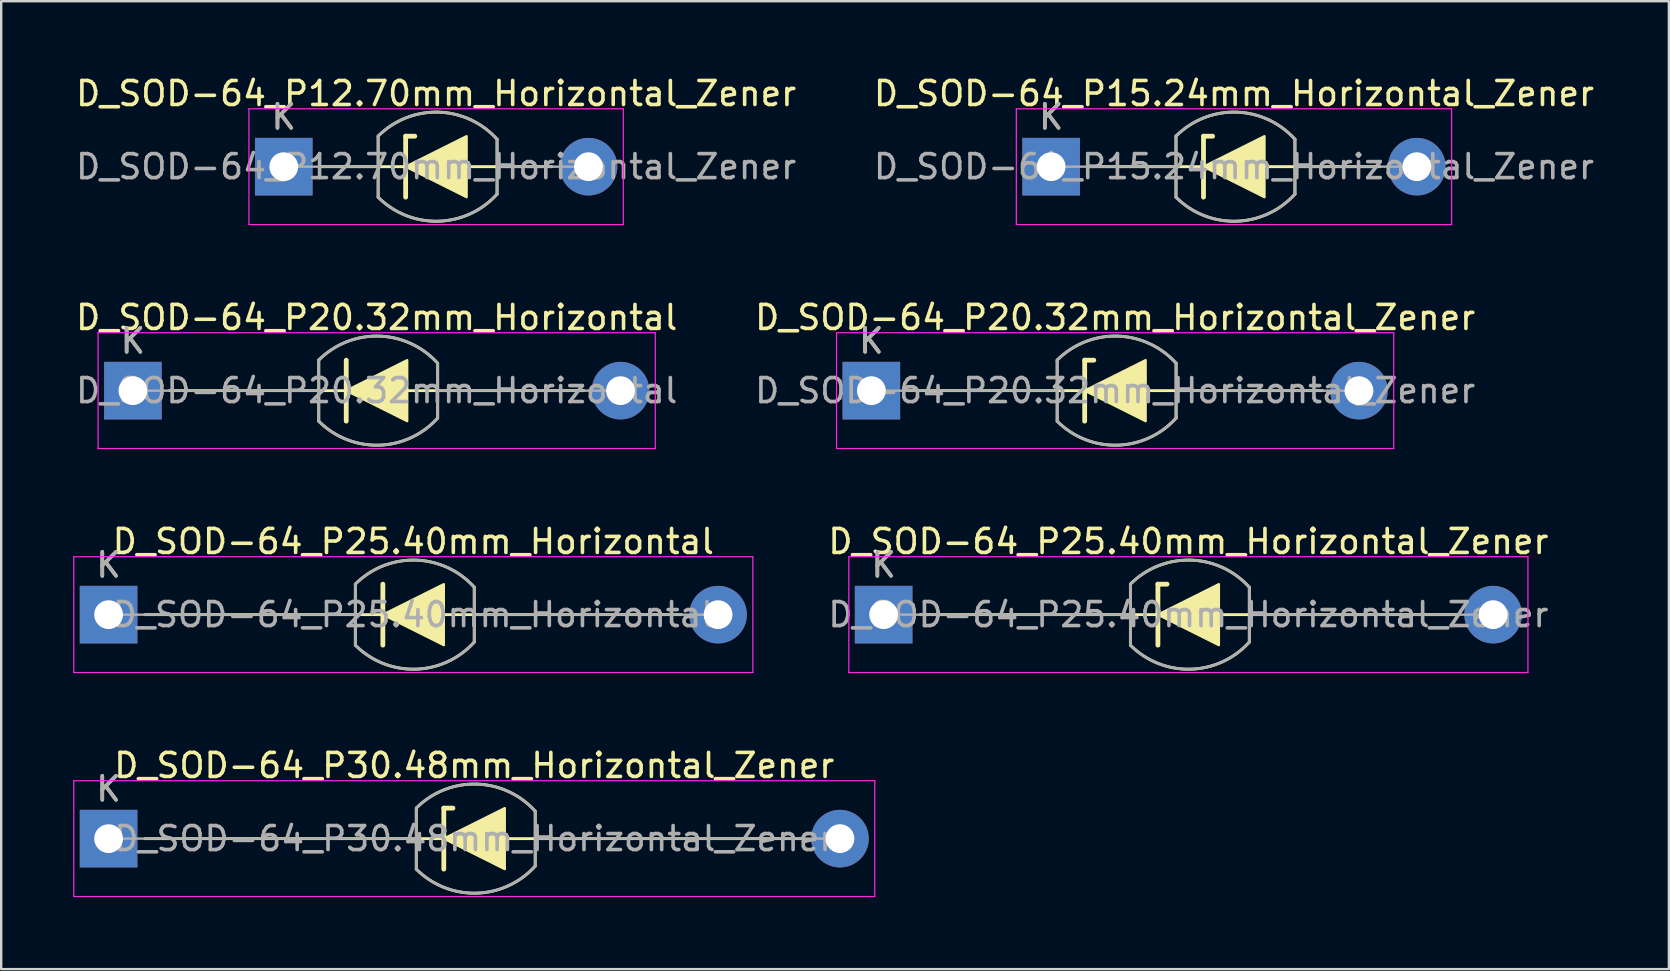
<source format=kicad_pcb>
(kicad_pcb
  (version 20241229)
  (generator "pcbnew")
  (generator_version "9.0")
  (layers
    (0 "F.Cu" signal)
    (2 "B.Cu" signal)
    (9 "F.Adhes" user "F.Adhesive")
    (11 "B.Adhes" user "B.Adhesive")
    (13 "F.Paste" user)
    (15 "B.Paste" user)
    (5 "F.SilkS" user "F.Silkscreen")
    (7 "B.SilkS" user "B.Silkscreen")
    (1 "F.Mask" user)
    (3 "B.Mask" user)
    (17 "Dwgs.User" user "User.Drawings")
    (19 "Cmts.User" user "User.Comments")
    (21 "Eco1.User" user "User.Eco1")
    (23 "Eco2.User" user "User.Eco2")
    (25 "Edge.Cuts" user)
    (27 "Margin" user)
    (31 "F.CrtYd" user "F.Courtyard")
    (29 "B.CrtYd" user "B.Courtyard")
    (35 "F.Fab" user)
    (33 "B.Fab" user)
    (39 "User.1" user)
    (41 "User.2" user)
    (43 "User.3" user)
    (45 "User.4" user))
  (footprint "D_SOD-64_P25.40mm_Horizontal_Zener"
    (layer "F.Cu")
    (at 33.775 22.565)
    (property "Reference" "D_SOD-64_P25.40mm_Horizontal_Zener" (at 12.7 -3.048 0) (layer "F.SilkS") (effects (font (size 1 1) (thickness 0.15))))
    (attr through_hole)
    (fp_line (start 1.524 0) (end 23.876 0) (stroke (width 0.12) (type solid)) (layer "F.SilkS"))
    (fp_line (start 10.284 1.27) (end 10.284 -1.273) (stroke (width 0.12) (type solid)) (layer "F.SilkS"))
    (fp_line (start 11.43 -1.27) (end 11.811 -1.27) (stroke (width 0.2) (type solid)) (layer "F.SilkS"))
    (fp_line (start 11.43 1.27) (end 11.43 -1.27) (stroke (width 0.2) (type solid)) (layer "F.SilkS"))
    (fp_line (start 15.24 -1.143) (end 15.24 1.143) (stroke (width 0.12) (type solid)) (layer "F.SilkS"))
    (fp_arc (start 10.28366 -1.27334) (mid 12.789833 -2.273039) (end 15.239998 -1.143) (stroke (width 0.12) (type solid)) (layer "F.SilkS"))
    (fp_arc (start 15.24 1.143) (mid 12.790216 2.273029) (end 10.284202 1.273879) (stroke (width 0.12) (type solid)) (layer "F.SilkS"))
    (fp_poly (pts (xy 13.97 1.27) (xy 11.43 0) (xy 13.97 -1.27)) (stroke (width 0.1) (type solid)) (fill yes) (layer "F.SilkS"))
    (fp_line (start -1.45 -2.413) (end -1.45 2.413) (stroke (width 0.05) (type solid)) (layer "F.CrtYd"))
    (fp_line (start -1.45 2.413) (end 26.85 2.413) (stroke (width 0.05) (type solid)) (layer "F.CrtYd"))
    (fp_line (start 26.85 -2.413) (end -1.45 -2.413) (stroke (width 0.05) (type solid)) (layer "F.CrtYd"))
    (fp_line (start 26.85 2.413) (end 26.85 -2.413) (stroke (width 0.05) (type solid)) (layer "F.CrtYd"))
    (fp_line (start 0 0) (end 10.284 0.000269) (stroke (width 0.1) (type solid)) (layer "F.Fab"))
    (fp_line (start 10.284 1.274) (end 10.284 -1.273) (stroke (width 0.12) (type solid)) (layer "F.Fab"))
    (fp_line (start 15.24 -1.143) (end 15.24 1.143) (stroke (width 0.12) (type solid)) (layer "F.Fab"))
    (fp_line (start 25.4 0) (end 15.24 0) (stroke (width 0.1) (type solid)) (layer "F.Fab"))
    (fp_arc (start 10.2842 -1.273879) (mid 12.790214 -2.273029) (end 15.239998 -1.143) (stroke (width 0.12) (type solid)) (layer "F.Fab"))
    (fp_arc (start 15.24 1.143) (mid 12.790216 2.273029) (end 10.284202 1.273879) (stroke (width 0.12) (type solid)) (layer "F.Fab"))
    (fp_text user "K" (at 0 -2.073 0) (layer "F.SilkS") (effects (font (size 1 1) (thickness 0.15))))
    (fp_text user "K" (at 0 -2.073 0) (layer "F.Fab") (effects (font (size 1 1) (thickness 0.15))))
    (fp_text user "${REFERENCE}" (at 12.7 0 0) (layer "F.Fab") (effects (font (size 1 1) (thickness 0.15))))
    (pad "1" thru_hole rect (at 0 0) (size 2.4 2.4) (drill 1.2) (layers "*.Cu" "*.Mask"))
    (pad "2" thru_hole oval (at 25.4 0) (size 2.4 2.4) (drill 1.2) (layers "*.Cu" "*.Mask")))
  (footprint "D_SOD-64_P12.70mm_Horizontal_Zener"
    (layer "F.Cu")
    (at 8.775 3.896)
    (property "Reference" "D_SOD-64_P12.70mm_Horizontal_Zener" (at 6.35 -3.048 0) (layer "F.SilkS") (effects (font (size 1 1) (thickness 0.15))))
    (attr through_hole)
    (fp_line (start 1.524 0) (end 11.176 0) (stroke (width 0.12) (type solid)) (layer "F.SilkS"))
    (fp_line (start 3.934 1.27) (end 3.934 -1.273) (stroke (width 0.12) (type solid)) (layer "F.SilkS"))
    (fp_line (start 5.08 -1.27) (end 5.461 -1.27) (stroke (width 0.2) (type solid)) (layer "F.SilkS"))
    (fp_line (start 5.08 1.27) (end 5.08 -1.27) (stroke (width 0.2) (type solid)) (layer "F.SilkS"))
    (fp_line (start 8.89 -1.143) (end 8.89 1.143) (stroke (width 0.12) (type solid)) (layer "F.SilkS"))
    (fp_arc (start 3.93366 -1.27334) (mid 6.439833 -2.273039) (end 8.889998 -1.143) (stroke (width 0.12) (type solid)) (layer "F.SilkS"))
    (fp_arc (start 8.89 1.143) (mid 6.440216 2.273029) (end 3.934202 1.273879) (stroke (width 0.12) (type solid)) (layer "F.SilkS"))
    (fp_poly (pts (xy 7.62 1.27) (xy 5.08 0) (xy 7.62 -1.27)) (stroke (width 0.1) (type solid)) (fill yes) (layer "F.SilkS"))
    (fp_line (start -1.45 -2.413) (end -1.45 2.413) (stroke (width 0.05) (type solid)) (layer "F.CrtYd"))
    (fp_line (start -1.45 2.413) (end 14.15 2.413) (stroke (width 0.05) (type solid)) (layer "F.CrtYd"))
    (fp_line (start 14.15 -2.413) (end -1.45 -2.413) (stroke (width 0.05) (type solid)) (layer "F.CrtYd"))
    (fp_line (start 14.15 2.413) (end 14.15 -2.413) (stroke (width 0.05) (type solid)) (layer "F.CrtYd"))
    (fp_line (start 0 0) (end 3.934 0.000269) (stroke (width 0.1) (type solid)) (layer "F.Fab"))
    (fp_line (start 3.934 1.274) (end 3.934 -1.273) (stroke (width 0.12) (type solid)) (layer "F.Fab"))
    (fp_line (start 8.89 -1.143) (end 8.89 1.143) (stroke (width 0.12) (type solid)) (layer "F.Fab"))
    (fp_line (start 12.7 0) (end 8.89 0) (stroke (width 0.1) (type solid)) (layer "F.Fab"))
    (fp_arc (start 3.9342 -1.273879) (mid 6.440214 -2.273029) (end 8.889998 -1.143) (stroke (width 0.12) (type solid)) (layer "F.Fab"))
    (fp_arc (start 8.89 1.143) (mid 6.440216 2.273029) (end 3.934202 1.273879) (stroke (width 0.12) (type solid)) (layer "F.Fab"))
    (fp_text user "K" (at 0 -2.073 0) (layer "F.SilkS") (effects (font (size 1 1) (thickness 0.15))))
    (fp_text user "${REFERENCE}" (at 6.35 0 0) (layer "F.Fab") (effects (font (size 1 1) (thickness 0.15))))
    (fp_text user "K" (at 0 -2.073 0) (layer "F.Fab") (effects (font (size 1 1) (thickness 0.15))))
    (pad "1" thru_hole rect (at 0 0) (size 2.4 2.4) (drill 1.2) (layers "*.Cu" "*.Mask"))
    (pad "2" thru_hole oval (at 12.7 0) (size 2.4 2.4) (drill 1.2) (layers "*.Cu" "*.Mask")))
  (footprint "D_SOD-64_P25.40mm_Horizontal"
    (layer "F.Cu")
    (at 1.475 22.565)
    (property "Reference" "D_SOD-64_P25.40mm_Horizontal" (at 12.7 -3.048 0) (layer "F.SilkS") (effects (font (size 1 1) (thickness 0.15))))
    (attr through_hole)
    (fp_line (start 1.524 0) (end 23.876 0) (stroke (width 0.12) (type solid)) (layer "F.SilkS"))
    (fp_line (start 10.284 1.27) (end 10.284 -1.273) (stroke (width 0.12) (type solid)) (layer "F.SilkS"))
    (fp_line (start 11.43 1.27) (end 11.43 -1.27) (stroke (width 0.2) (type solid)) (layer "F.SilkS"))
    (fp_line (start 15.24 -1.143) (end 15.24 1.143) (stroke (width 0.12) (type solid)) (layer "F.SilkS"))
    (fp_arc (start 10.28366 -1.27334) (mid 12.789833 -2.273039) (end 15.239998 -1.143) (stroke (width 0.12) (type solid)) (layer "F.SilkS"))
    (fp_arc (start 15.24 1.143) (mid 12.790216 2.273029) (end 10.284202 1.273879) (stroke (width 0.12) (type solid)) (layer "F.SilkS"))
    (fp_poly (pts (xy 13.97 1.27) (xy 11.43 0) (xy 13.97 -1.27)) (stroke (width 0.1) (type solid)) (fill yes) (layer "F.SilkS"))
    (fp_line (start -1.45 -2.413) (end -1.45 2.413) (stroke (width 0.05) (type solid)) (layer "F.CrtYd"))
    (fp_line (start -1.45 2.413) (end 26.85 2.413) (stroke (width 0.05) (type solid)) (layer "F.CrtYd"))
    (fp_line (start 26.85 -2.413) (end -1.45 -2.413) (stroke (width 0.05) (type solid)) (layer "F.CrtYd"))
    (fp_line (start 26.85 2.413) (end 26.85 -2.413) (stroke (width 0.05) (type solid)) (layer "F.CrtYd"))
    (fp_line (start 0 0) (end 10.284 0.000269) (stroke (width 0.1) (type solid)) (layer "F.Fab"))
    (fp_line (start 10.284 1.274) (end 10.284 -1.273) (stroke (width 0.12) (type solid)) (layer "F.Fab"))
    (fp_line (start 15.24 -1.143) (end 15.24 1.143) (stroke (width 0.12) (type solid)) (layer "F.Fab"))
    (fp_line (start 25.4 0) (end 15.24 0) (stroke (width 0.1) (type solid)) (layer "F.Fab"))
    (fp_arc (start 10.2842 -1.273879) (mid 12.790214 -2.273029) (end 15.239998 -1.143) (stroke (width 0.12) (type solid)) (layer "F.Fab"))
    (fp_arc (start 15.24 1.143) (mid 12.790216 2.273029) (end 10.284202 1.273879) (stroke (width 0.12) (type solid)) (layer "F.Fab"))
    (fp_text user "K" (at 0 -2.073 0) (layer "F.SilkS") (effects (font (size 1 1) (thickness 0.15))))
    (fp_text user "${REFERENCE}" (at 12.7 0 0) (layer "F.Fab") (effects (font (size 1 1) (thickness 0.15))))
    (fp_text user "K" (at 0 -2.073 0) (layer "F.Fab") (effects (font (size 1 1) (thickness 0.15))))
    (pad "1" thru_hole rect (at 0 0) (size 2.4 2.4) (drill 1.2) (layers "*.Cu" "*.Mask"))
    (pad "2" thru_hole oval (at 25.4 0) (size 2.4 2.4) (drill 1.2) (layers "*.Cu" "*.Mask")))
  (footprint "D_SOD-64_P20.32mm_Horizontal"
    (layer "F.Cu")
    (at 2.489 13.23)
    (property "Reference" "D_SOD-64_P20.32mm_Horizontal" (at 10.16 -3.048 0) (layer "F.SilkS") (effects (font (size 1 1) (thickness 0.15))))
    (attr through_hole)
    (fp_line (start 1.524 0) (end 18.796 0) (stroke (width 0.12) (type solid)) (layer "F.SilkS"))
    (fp_line (start 7.744 1.27) (end 7.744 -1.273) (stroke (width 0.12) (type solid)) (layer "F.SilkS"))
    (fp_line (start 8.89 1.27) (end 8.89 -1.27) (stroke (width 0.2) (type solid)) (layer "F.SilkS"))
    (fp_line (start 12.7 -1.143) (end 12.7 1.143) (stroke (width 0.12) (type solid)) (layer "F.SilkS"))
    (fp_arc (start 7.74366 -1.27334) (mid 10.249833 -2.273039) (end 12.699998 -1.143) (stroke (width 0.12) (type solid)) (layer "F.SilkS"))
    (fp_arc (start 12.7 1.143) (mid 10.250216 2.273029) (end 7.744202 1.273879) (stroke (width 0.12) (type solid)) (layer "F.SilkS"))
    (fp_poly (pts (xy 11.43 1.27) (xy 8.89 0) (xy 11.43 -1.27)) (stroke (width 0.1) (type solid)) (fill yes) (layer "F.SilkS"))
    (fp_line (start -1.45 -2.413) (end -1.45 2.413) (stroke (width 0.05) (type solid)) (layer "F.CrtYd"))
    (fp_line (start -1.45 2.413) (end 21.77 2.413) (stroke (width 0.05) (type solid)) (layer "F.CrtYd"))
    (fp_line (start 21.77 -2.413) (end -1.45 -2.413) (stroke (width 0.05) (type solid)) (layer "F.CrtYd"))
    (fp_line (start 21.77 2.413) (end 21.77 -2.413) (stroke (width 0.05) (type solid)) (layer "F.CrtYd"))
    (fp_line (start 0 0) (end 7.744 0.000269) (stroke (width 0.1) (type solid)) (layer "F.Fab"))
    (fp_line (start 7.744 1.274) (end 7.744 -1.273) (stroke (width 0.12) (type solid)) (layer "F.Fab"))
    (fp_line (start 12.7 -1.143) (end 12.7 1.143) (stroke (width 0.12) (type solid)) (layer "F.Fab"))
    (fp_line (start 12.7 0) (end 20.32 0) (stroke (width 0.1) (type solid)) (layer "F.Fab"))
    (fp_arc (start 7.7442 -1.273879) (mid 10.250214 -2.273029) (end 12.699998 -1.143) (stroke (width 0.12) (type solid)) (layer "F.Fab"))
    (fp_arc (start 12.7 1.143) (mid 10.250216 2.273029) (end 7.744202 1.273879) (stroke (width 0.12) (type solid)) (layer "F.Fab"))
    (fp_text user "K" (at 0 -2.073 0) (layer "F.SilkS") (effects (font (size 1 1) (thickness 0.15))))
    (fp_text user "${REFERENCE}" (at 10.16 0 0) (layer "F.Fab") (effects (font (size 1 1) (thickness 0.15))))
    (fp_text user "K" (at 0 -2.073 0) (layer "F.Fab") (effects (font (size 1 1) (thickness 0.15))))
    (pad "1" thru_hole rect (at 0 0) (size 2.4 2.4) (drill 1.2) (layers "*.Cu" "*.Mask"))
    (pad "2" thru_hole oval (at 20.32 0) (size 2.4 2.4) (drill 1.2) (layers "*.Cu" "*.Mask")))
  (footprint "D_SOD-64_P20.32mm_Horizontal_Zener"
    (layer "F.Cu")
    (at 33.263 13.23)
    (property "Reference" "D_SOD-64_P20.32mm_Horizontal_Zener" (at 10.16 -3.048 0) (layer "F.SilkS") (effects (font (size 1 1) (thickness 0.15))))
    (attr through_hole)
    (fp_line (start 1.524 0) (end 18.796 0) (stroke (width 0.12) (type solid)) (layer "F.SilkS"))
    (fp_line (start 7.744 1.27) (end 7.744 -1.273) (stroke (width 0.12) (type solid)) (layer "F.SilkS"))
    (fp_line (start 8.89 -1.27) (end 9.271 -1.27) (stroke (width 0.2) (type solid)) (layer "F.SilkS"))
    (fp_line (start 8.89 1.27) (end 8.89 -1.27) (stroke (width 0.2) (type solid)) (layer "F.SilkS"))
    (fp_line (start 12.7 -1.143) (end 12.7 1.143) (stroke (width 0.12) (type solid)) (layer "F.SilkS"))
    (fp_arc (start 7.74366 -1.27334) (mid 10.249833 -2.273039) (end 12.699998 -1.143) (stroke (width 0.12) (type solid)) (layer "F.SilkS"))
    (fp_arc (start 12.7 1.143) (mid 10.250216 2.273029) (end 7.744202 1.273879) (stroke (width 0.12) (type solid)) (layer "F.SilkS"))
    (fp_poly (pts (xy 11.43 1.27) (xy 8.89 0) (xy 11.43 -1.27)) (stroke (width 0.1) (type solid)) (fill yes) (layer "F.SilkS"))
    (fp_line (start -1.45 -2.413) (end -1.45 2.413) (stroke (width 0.05) (type solid)) (layer "F.CrtYd"))
    (fp_line (start -1.45 2.413) (end 21.77 2.413) (stroke (width 0.05) (type solid)) (layer "F.CrtYd"))
    (fp_line (start 21.77 -2.413) (end -1.45 -2.413) (stroke (width 0.05) (type solid)) (layer "F.CrtYd"))
    (fp_line (start 21.77 2.413) (end 21.77 -2.413) (stroke (width 0.05) (type solid)) (layer "F.CrtYd"))
    (fp_line (start 0 0) (end 7.744 0.000269) (stroke (width 0.1) (type solid)) (layer "F.Fab"))
    (fp_line (start 7.744 1.274) (end 7.744 -1.273) (stroke (width 0.12) (type solid)) (layer "F.Fab"))
    (fp_line (start 12.7 -1.143) (end 12.7 1.143) (stroke (width 0.12) (type solid)) (layer "F.Fab"))
    (fp_line (start 20.32 0) (end 12.7 0) (stroke (width 0.1) (type solid)) (layer "F.Fab"))
    (fp_arc (start 7.7442 -1.273879) (mid 10.250214 -2.273029) (end 12.699998 -1.143) (stroke (width 0.12) (type solid)) (layer "F.Fab"))
    (fp_arc (start 12.7 1.143) (mid 10.250216 2.273029) (end 7.744202 1.273879) (stroke (width 0.12) (type solid)) (layer "F.Fab"))
    (fp_text user "K" (at 0 -2.073 0) (layer "F.SilkS") (effects (font (size 1 1) (thickness 0.15))))
    (fp_text user "K" (at 0 -2.073 0) (layer "F.Fab") (effects (font (size 1 1) (thickness 0.15))))
    (fp_text user "${REFERENCE}" (at 10.16 0 0) (layer "F.Fab") (effects (font (size 1 1) (thickness 0.15))))
    (pad "1" thru_hole rect (at 0 0) (size 2.4 2.4) (drill 1.2) (layers "*.Cu" "*.Mask"))
    (pad "2" thru_hole oval (at 20.32 0) (size 2.4 2.4) (drill 1.2) (layers "*.Cu" "*.Mask")))
  (footprint "D_SOD-64_P15.24mm_Horizontal_Zener"
    (layer "F.Cu")
    (at 40.755 3.896)
    (property "Reference" "D_SOD-64_P15.24mm_Horizontal_Zener" (at 7.62 -3.048 0) (layer "F.SilkS") (effects (font (size 1 1) (thickness 0.15))))
    (attr through_hole)
    (fp_line (start 1.524 0) (end 13.716 0) (stroke (width 0.12) (type solid)) (layer "F.SilkS"))
    (fp_line (start 5.204 1.27) (end 5.204 -1.273) (stroke (width 0.12) (type solid)) (layer "F.SilkS"))
    (fp_line (start 6.35 -1.27) (end 6.731 -1.27) (stroke (width 0.2) (type solid)) (layer "F.SilkS"))
    (fp_line (start 6.35 1.27) (end 6.35 -1.27) (stroke (width 0.2) (type solid)) (layer "F.SilkS"))
    (fp_line (start 10.16 -1.143) (end 10.16 1.143) (stroke (width 0.12) (type solid)) (layer "F.SilkS"))
    (fp_arc (start 5.20366 -1.27334) (mid 7.709833 -2.273039) (end 10.159998 -1.143) (stroke (width 0.12) (type solid)) (layer "F.SilkS"))
    (fp_arc (start 10.16 1.143) (mid 7.710216 2.273029) (end 5.204202 1.273879) (stroke (width 0.12) (type solid)) (layer "F.SilkS"))
    (fp_poly (pts (xy 8.89 1.27) (xy 6.35 0) (xy 8.89 -1.27)) (stroke (width 0.1) (type solid)) (fill yes) (layer "F.SilkS"))
    (fp_line (start -1.45 -2.413) (end -1.45 2.413) (stroke (width 0.05) (type solid)) (layer "F.CrtYd"))
    (fp_line (start -1.45 2.413) (end 16.69 2.413) (stroke (width 0.05) (type solid)) (layer "F.CrtYd"))
    (fp_line (start 16.69 -2.413) (end -1.45 -2.413) (stroke (width 0.05) (type solid)) (layer "F.CrtYd"))
    (fp_line (start 16.69 2.413) (end 16.69 -2.413) (stroke (width 0.05) (type solid)) (layer "F.CrtYd"))
    (fp_line (start 0 0) (end 5.204 0.000269) (stroke (width 0.1) (type solid)) (layer "F.Fab"))
    (fp_line (start 5.204 1.274) (end 5.204 -1.273) (stroke (width 0.12) (type solid)) (layer "F.Fab"))
    (fp_line (start 10.16 -1.143) (end 10.16 1.143) (stroke (width 0.12) (type solid)) (layer "F.Fab"))
    (fp_line (start 15.24 0) (end 10.16 0) (stroke (width 0.1) (type solid)) (layer "F.Fab"))
    (fp_arc (start 5.2042 -1.273879) (mid 7.710214 -2.273029) (end 10.159998 -1.143) (stroke (width 0.12) (type solid)) (layer "F.Fab"))
    (fp_arc (start 10.16 1.143) (mid 7.710216 2.273029) (end 5.204202 1.273879) (stroke (width 0.12) (type solid)) (layer "F.Fab"))
    (fp_text user "K" (at 0 -2.073 0) (layer "F.SilkS") (effects (font (size 1 1) (thickness 0.15))))
    (fp_text user "${REFERENCE}" (at 7.62 0 0) (layer "F.Fab") (effects (font (size 1 1) (thickness 0.15))))
    (fp_text user "K" (at 0 -2.073 0) (layer "F.Fab") (effects (font (size 1 1) (thickness 0.15))))
    (pad "1" thru_hole rect (at 0 0) (size 2.4 2.4) (drill 1.2) (layers "*.Cu" "*.Mask"))
    (pad "2" thru_hole oval (at 15.24 0) (size 2.4 2.4) (drill 1.2) (layers "*.Cu" "*.Mask")))
  (footprint "D_SOD-64_P30.48mm_Horizontal_Zener"
    (layer "F.Cu")
    (at 1.475 31.899)
    (property "Reference" "D_SOD-64_P30.48mm_Horizontal_Zener" (at 15.24 -3.048 0) (layer "F.SilkS") (effects (font (size 1 1) (thickness 0.15))))
    (attr through_hole)
    (fp_line (start 1.524 0) (end 28.956 0) (stroke (width 0.12) (type solid)) (layer "F.SilkS"))
    (fp_line (start 12.824 1.27) (end 12.824 -1.273) (stroke (width 0.12) (type solid)) (layer "F.SilkS"))
    (fp_line (start 13.97 -1.27) (end 14.351 -1.27) (stroke (width 0.2) (type solid)) (layer "F.SilkS"))
    (fp_line (start 13.97 1.27) (end 13.97 -1.27) (stroke (width 0.2) (type solid)) (layer "F.SilkS"))
    (fp_line (start 17.78 -1.143) (end 17.78 1.143) (stroke (width 0.12) (type solid)) (layer "F.SilkS"))
    (fp_arc (start 12.82366 -1.27334) (mid 15.329833 -2.273039) (end 17.779998 -1.143) (stroke (width 0.12) (type solid)) (layer "F.SilkS"))
    (fp_arc (start 17.78 1.143) (mid 15.330216 2.273029) (end 12.824202 1.273879) (stroke (width 0.12) (type solid)) (layer "F.SilkS"))
    (fp_poly (pts (xy 16.51 1.27) (xy 13.97 0) (xy 16.51 -1.27)) (stroke (width 0.1) (type solid)) (fill yes) (layer "F.SilkS"))
    (fp_line (start -1.45 -2.413) (end -1.45 2.413) (stroke (width 0.05) (type solid)) (layer "F.CrtYd"))
    (fp_line (start -1.45 2.413) (end 31.93 2.413) (stroke (width 0.05) (type solid)) (layer "F.CrtYd"))
    (fp_line (start 31.93 -2.413) (end -1.45 -2.413) (stroke (width 0.05) (type solid)) (layer "F.CrtYd"))
    (fp_line (start 31.93 2.413) (end 31.93 -2.413) (stroke (width 0.05) (type solid)) (layer "F.CrtYd"))
    (fp_line (start 0 0) (end 12.824 0.000269) (stroke (width 0.1) (type solid)) (layer "F.Fab"))
    (fp_line (start 12.824 1.274) (end 12.824 -1.273) (stroke (width 0.12) (type solid)) (layer "F.Fab"))
    (fp_line (start 17.78 -1.143) (end 17.78 1.143) (stroke (width 0.12) (type solid)) (layer "F.Fab"))
    (fp_line (start 30.48 0) (end 17.78 0) (stroke (width 0.1) (type solid)) (layer "F.Fab"))
    (fp_arc (start 12.8242 -1.273879) (mid 15.330214 -2.273029) (end 17.779998 -1.143) (stroke (width 0.12) (type solid)) (layer "F.Fab"))
    (fp_arc (start 17.78 1.143) (mid 15.330216 2.273029) (end 12.824202 1.273879) (stroke (width 0.12) (type solid)) (layer "F.Fab"))
    (fp_text user "K" (at 0 -2.073 0) (layer "F.SilkS") (effects (font (size 1 1) (thickness 0.15))))
    (fp_text user "K" (at 0 -2.073 0) (layer "F.Fab") (effects (font (size 1 1) (thickness 0.15))))
    (fp_text user "${REFERENCE}" (at 15.24 0 0) (layer "F.Fab") (effects (font (size 1 1) (thickness 0.15))))
    (pad "1" thru_hole rect (at 0 0) (size 2.4 2.4) (drill 1.2) (layers "*.Cu" "*.Mask"))
    (pad "2" thru_hole oval (at 30.48 0) (size 2.4 2.4) (drill 1.2) (layers "*.Cu" "*.Mask")))
  (gr_rect
    (start -3 -3)
    (end 66.5 37.337)
    (stroke (width 0.1) (type default))
    (fill no)
    (layer "Edge.Cuts")))
</source>
